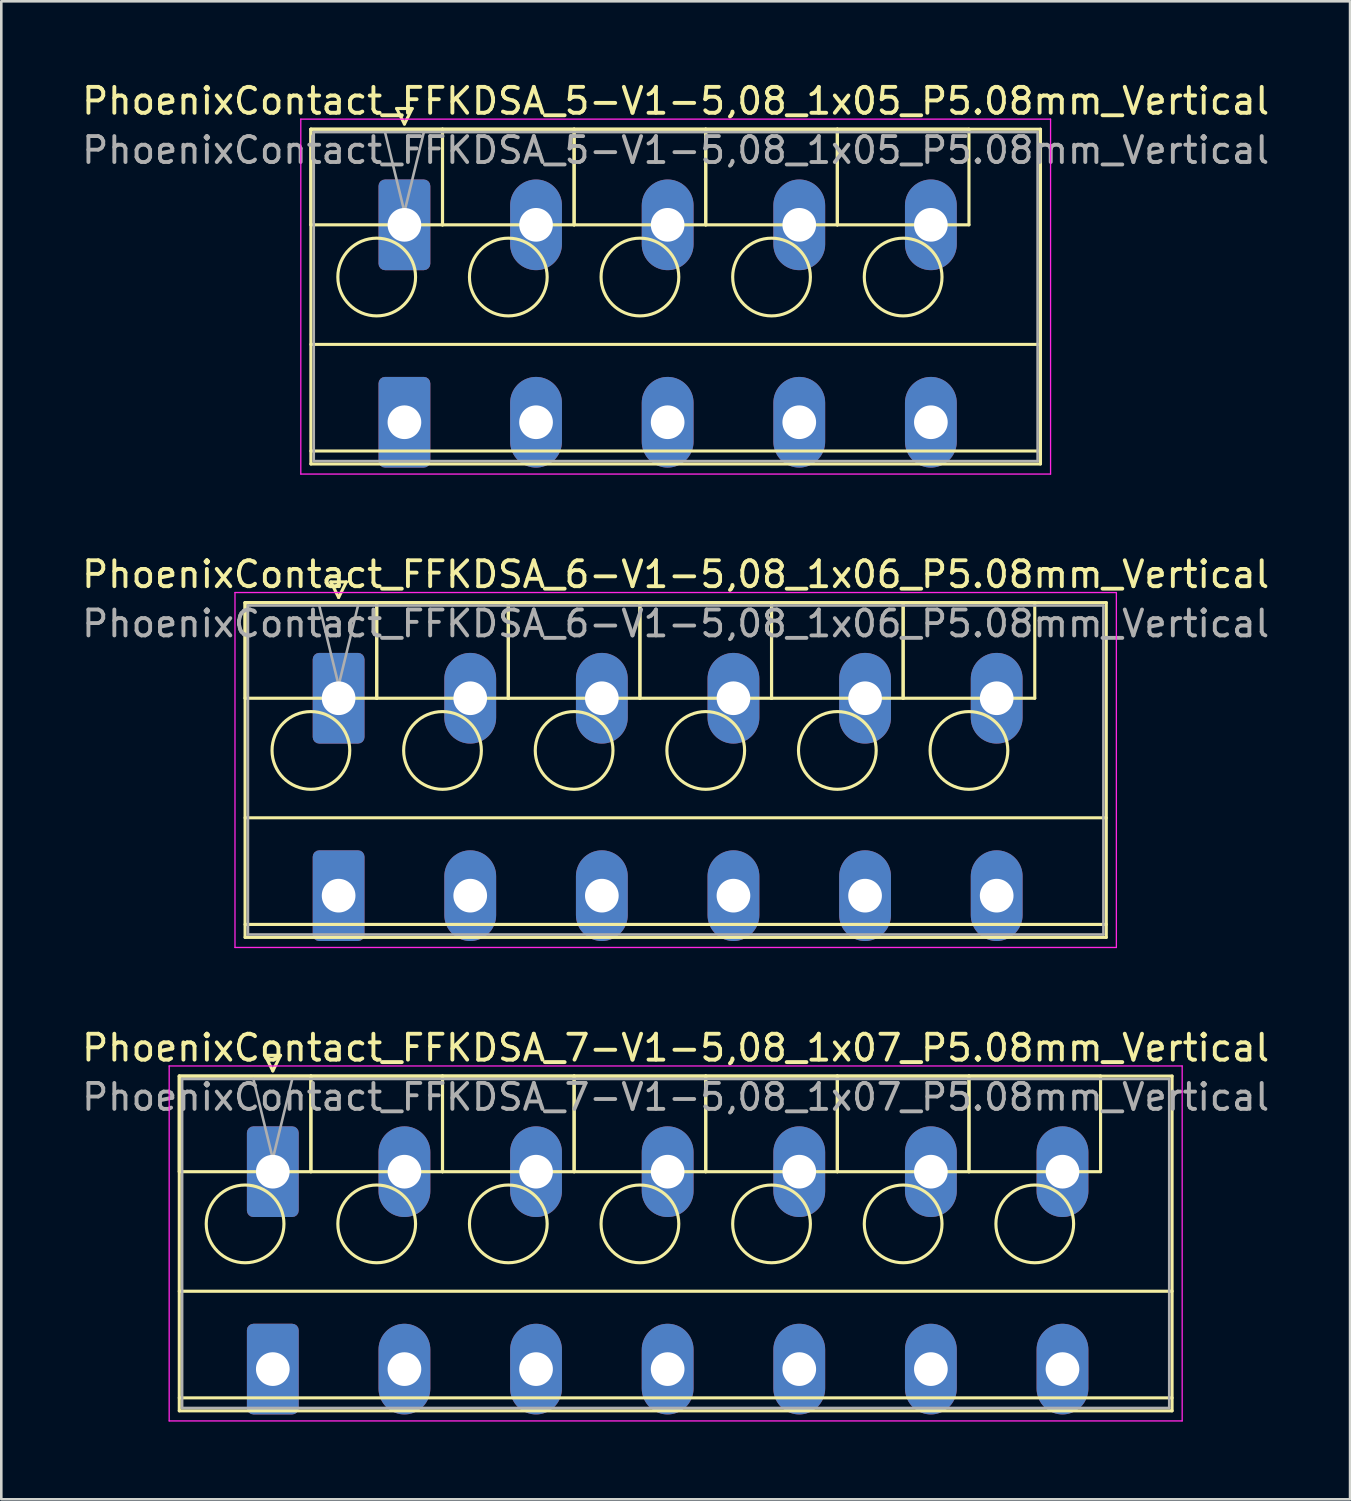
<source format=kicad_pcb>
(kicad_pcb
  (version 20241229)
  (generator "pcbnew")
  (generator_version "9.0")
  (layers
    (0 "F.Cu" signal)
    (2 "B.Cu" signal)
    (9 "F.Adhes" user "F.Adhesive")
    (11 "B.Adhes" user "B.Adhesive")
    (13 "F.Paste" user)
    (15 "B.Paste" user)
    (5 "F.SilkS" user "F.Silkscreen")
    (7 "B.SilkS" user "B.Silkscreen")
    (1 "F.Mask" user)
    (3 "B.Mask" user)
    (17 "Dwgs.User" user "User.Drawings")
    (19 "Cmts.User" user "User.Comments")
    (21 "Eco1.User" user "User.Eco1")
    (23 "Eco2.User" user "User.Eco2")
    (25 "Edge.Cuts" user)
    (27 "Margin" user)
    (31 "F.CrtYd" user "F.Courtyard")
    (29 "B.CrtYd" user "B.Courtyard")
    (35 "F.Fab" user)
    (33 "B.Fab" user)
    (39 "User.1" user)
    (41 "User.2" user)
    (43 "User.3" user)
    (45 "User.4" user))
  (footprint "PhoenixContact_FFKDSA_6-V1-5,08_1x06_P5.08mm_Vertical"
    (layer "F.Cu")
    (at 10.02 23.901)
    (property "Reference" "PhoenixContact_FFKDSA_6-V1-5,08_1x06_P5.08mm_Vertical" (at 13.01 -4.78 0) (layer "F.SilkS") (effects (font (size 1 1) (thickness 0.15))))
    (attr through_hole)
    (fp_line (start -3.61 -3.69) (end -3.61 0) (stroke (width 0.12) (type solid)) (layer "F.SilkS"))
    (fp_line (start -3.61 -3.69) (end -3.61 9.23) (stroke (width 0.12) (type solid)) (layer "F.SilkS"))
    (fp_line (start -3.61 0) (end 1.47 0) (stroke (width 0.12) (type solid)) (layer "F.SilkS"))
    (fp_line (start -3.61 4.615) (end 29.63 4.615) (stroke (width 0.12) (type solid)) (layer "F.SilkS"))
    (fp_line (start -3.61 8.73) (end 29.63 8.73) (stroke (width 0.12) (type solid)) (layer "F.SilkS"))
    (fp_line (start -3.61 9.23) (end 29.63 9.23) (stroke (width 0.12) (type solid)) (layer "F.SilkS"))
    (fp_line (start -0.3 -4.49) (end 0.3 -4.49) (stroke (width 0.12) (type solid)) (layer "F.SilkS"))
    (fp_line (start 0 -3.89) (end -0.3 -4.49) (stroke (width 0.12) (type solid)) (layer "F.SilkS"))
    (fp_line (start 0.3 -4.49) (end 0 -3.89) (stroke (width 0.12) (type solid)) (layer "F.SilkS"))
    (fp_line (start 1.47 -3.69) (end -3.61 -3.69) (stroke (width 0.12) (type solid)) (layer "F.SilkS"))
    (fp_line (start 1.47 -3.69) (end 1.47 0) (stroke (width 0.12) (type solid)) (layer "F.SilkS"))
    (fp_line (start 1.47 0) (end 1.47 -3.69) (stroke (width 0.12) (type solid)) (layer "F.SilkS"))
    (fp_line (start 1.47 0) (end 6.55 0) (stroke (width 0.12) (type solid)) (layer "F.SilkS"))
    (fp_line (start 6.55 -3.69) (end 1.47 -3.69) (stroke (width 0.12) (type solid)) (layer "F.SilkS"))
    (fp_line (start 6.55 -3.69) (end 6.55 0) (stroke (width 0.12) (type solid)) (layer "F.SilkS"))
    (fp_line (start 6.55 0) (end 6.55 -3.69) (stroke (width 0.12) (type solid)) (layer "F.SilkS"))
    (fp_line (start 6.55 0) (end 11.63 0) (stroke (width 0.12) (type solid)) (layer "F.SilkS"))
    (fp_line (start 11.63 -3.69) (end 6.55 -3.69) (stroke (width 0.12) (type solid)) (layer "F.SilkS"))
    (fp_line (start 11.63 -3.69) (end 11.63 0) (stroke (width 0.12) (type solid)) (layer "F.SilkS"))
    (fp_line (start 11.63 0) (end 11.63 -3.69) (stroke (width 0.12) (type solid)) (layer "F.SilkS"))
    (fp_line (start 11.63 0) (end 16.71 0) (stroke (width 0.12) (type solid)) (layer "F.SilkS"))
    (fp_line (start 16.71 -3.69) (end 11.63 -3.69) (stroke (width 0.12) (type solid)) (layer "F.SilkS"))
    (fp_line (start 16.71 -3.69) (end 16.71 0) (stroke (width 0.12) (type solid)) (layer "F.SilkS"))
    (fp_line (start 16.71 0) (end 16.71 -3.69) (stroke (width 0.12) (type solid)) (layer "F.SilkS"))
    (fp_line (start 16.71 0) (end 21.79 0) (stroke (width 0.12) (type solid)) (layer "F.SilkS"))
    (fp_line (start 21.79 -3.69) (end 16.71 -3.69) (stroke (width 0.12) (type solid)) (layer "F.SilkS"))
    (fp_line (start 21.79 -3.69) (end 21.79 0) (stroke (width 0.12) (type solid)) (layer "F.SilkS"))
    (fp_line (start 21.79 0) (end 21.79 -3.69) (stroke (width 0.12) (type solid)) (layer "F.SilkS"))
    (fp_line (start 21.79 0) (end 26.87 0) (stroke (width 0.12) (type solid)) (layer "F.SilkS"))
    (fp_line (start 26.87 -3.69) (end 21.79 -3.69) (stroke (width 0.12) (type solid)) (layer "F.SilkS"))
    (fp_line (start 26.87 0) (end 26.87 -3.69) (stroke (width 0.12) (type solid)) (layer "F.SilkS"))
    (fp_line (start 29.63 -3.69) (end -3.61 -3.69) (stroke (width 0.12) (type solid)) (layer "F.SilkS"))
    (fp_line (start 29.63 9.23) (end 29.63 -3.69) (stroke (width 0.12) (type solid)) (layer "F.SilkS"))
    (fp_circle (center -1.07 2.015) (end 0.43 2.015) (stroke (width 0.12) (type solid)) (fill no) (layer "F.SilkS"))
    (fp_circle (center 4.01 2.015) (end 5.51 2.015) (stroke (width 0.12) (type solid)) (fill no) (layer "F.SilkS"))
    (fp_circle (center 9.09 2.015) (end 10.59 2.015) (stroke (width 0.12) (type solid)) (fill no) (layer "F.SilkS"))
    (fp_circle (center 14.17 2.015) (end 15.67 2.015) (stroke (width 0.12) (type solid)) (fill no) (layer "F.SilkS"))
    (fp_circle (center 19.25 2.015) (end 20.75 2.015) (stroke (width 0.12) (type solid)) (fill no) (layer "F.SilkS"))
    (fp_circle (center 24.33 2.015) (end 25.83 2.015) (stroke (width 0.12) (type solid)) (fill no) (layer "F.SilkS"))
    (fp_line (start -4 -4.08) (end -4 9.62) (stroke (width 0.05) (type solid)) (layer "F.CrtYd"))
    (fp_line (start -4 9.62) (end 30.02 9.62) (stroke (width 0.05) (type solid)) (layer "F.CrtYd"))
    (fp_line (start 30.02 -4.08) (end -4 -4.08) (stroke (width 0.05) (type solid)) (layer "F.CrtYd"))
    (fp_line (start 30.02 9.62) (end 30.02 -4.08) (stroke (width 0.05) (type solid)) (layer "F.CrtYd"))
    (fp_line (start -3.5 -3.58) (end -3.5 9.12) (stroke (width 0.1) (type solid)) (layer "F.Fab"))
    (fp_line (start -3.5 9.12) (end 29.52 9.12) (stroke (width 0.1) (type solid)) (layer "F.Fab"))
    (fp_line (start 0 -0.5) (end -0.75 -3.58) (stroke (width 0.1) (type solid)) (layer "F.Fab"))
    (fp_line (start 0.75 -3.58) (end 0 -0.5) (stroke (width 0.1) (type solid)) (layer "F.Fab"))
    (fp_line (start 29.52 -3.58) (end -3.5 -3.58) (stroke (width 0.1) (type solid)) (layer "F.Fab"))
    (fp_line (start 29.52 9.12) (end 29.52 -3.58) (stroke (width 0.1) (type solid)) (layer "F.Fab"))
    (fp_text user "${REFERENCE}" (at 13.01 -2.88 0) (layer "F.Fab") (effects (font (size 1 1) (thickness 0.15))))
    (pad "1" thru_hole roundrect (at 0 0) (size 2 3.5) (drill 1.3) (layers "*.Cu" "*.Mask") (roundrect_rratio 0.125))
    (pad "1" thru_hole roundrect (at 0 7.62) (size 2 3.5) (drill 1.3) (layers "*.Cu" "*.Mask") (roundrect_rratio 0.125))
    (pad "2" thru_hole oval (at 5.08 0) (size 2 3.5) (drill 1.3) (layers "*.Cu" "*.Mask"))
    (pad "2" thru_hole oval (at 5.08 7.62) (size 2 3.5) (drill 1.3) (layers "*.Cu" "*.Mask"))
    (pad "3" thru_hole oval (at 10.16 0) (size 2 3.5) (drill 1.3) (layers "*.Cu" "*.Mask"))
    (pad "3" thru_hole oval (at 10.16 7.62) (size 2 3.5) (drill 1.3) (layers "*.Cu" "*.Mask"))
    (pad "4" thru_hole oval (at 15.24 0) (size 2 3.5) (drill 1.3) (layers "*.Cu" "*.Mask"))
    (pad "4" thru_hole oval (at 15.24 7.62) (size 2 3.5) (drill 1.3) (layers "*.Cu" "*.Mask"))
    (pad "5" thru_hole oval (at 20.32 0) (size 2 3.5) (drill 1.3) (layers "*.Cu" "*.Mask"))
    (pad "5" thru_hole oval (at 20.32 7.62) (size 2 3.5) (drill 1.3) (layers "*.Cu" "*.Mask"))
    (pad "6" thru_hole oval (at 25.4 0) (size 2 3.5) (drill 1.3) (layers "*.Cu" "*.Mask"))
    (pad "6" thru_hole oval (at 25.4 7.62) (size 2 3.5) (drill 1.3) (layers "*.Cu" "*.Mask")))
  (footprint "PhoenixContact_FFKDSA_7-V1-5,08_1x07_P5.08mm_Vertical"
    (layer "F.Cu")
    (at 7.48 42.175)
    (property "Reference" "PhoenixContact_FFKDSA_7-V1-5,08_1x07_P5.08mm_Vertical" (at 15.55 -4.78 0) (layer "F.SilkS") (effects (font (size 1 1) (thickness 0.15))))
    (attr through_hole)
    (fp_line (start -3.61 -3.69) (end -3.61 0) (stroke (width 0.12) (type solid)) (layer "F.SilkS"))
    (fp_line (start -3.61 -3.69) (end -3.61 9.23) (stroke (width 0.12) (type solid)) (layer "F.SilkS"))
    (fp_line (start -3.61 0) (end 1.47 0) (stroke (width 0.12) (type solid)) (layer "F.SilkS"))
    (fp_line (start -3.61 4.615) (end 34.71 4.615) (stroke (width 0.12) (type solid)) (layer "F.SilkS"))
    (fp_line (start -3.61 8.73) (end 34.71 8.73) (stroke (width 0.12) (type solid)) (layer "F.SilkS"))
    (fp_line (start -3.61 9.23) (end 34.71 9.23) (stroke (width 0.12) (type solid)) (layer "F.SilkS"))
    (fp_line (start -0.3 -4.49) (end 0.3 -4.49) (stroke (width 0.12) (type solid)) (layer "F.SilkS"))
    (fp_line (start 0 -3.89) (end -0.3 -4.49) (stroke (width 0.12) (type solid)) (layer "F.SilkS"))
    (fp_line (start 0.3 -4.49) (end 0 -3.89) (stroke (width 0.12) (type solid)) (layer "F.SilkS"))
    (fp_line (start 1.47 -3.69) (end -3.61 -3.69) (stroke (width 0.12) (type solid)) (layer "F.SilkS"))
    (fp_line (start 1.47 -3.69) (end 1.47 0) (stroke (width 0.12) (type solid)) (layer "F.SilkS"))
    (fp_line (start 1.47 0) (end 1.47 -3.69) (stroke (width 0.12) (type solid)) (layer "F.SilkS"))
    (fp_line (start 1.47 0) (end 6.55 0) (stroke (width 0.12) (type solid)) (layer "F.SilkS"))
    (fp_line (start 6.55 -3.69) (end 1.47 -3.69) (stroke (width 0.12) (type solid)) (layer "F.SilkS"))
    (fp_line (start 6.55 -3.69) (end 6.55 0) (stroke (width 0.12) (type solid)) (layer "F.SilkS"))
    (fp_line (start 6.55 0) (end 6.55 -3.69) (stroke (width 0.12) (type solid)) (layer "F.SilkS"))
    (fp_line (start 6.55 0) (end 11.63 0) (stroke (width 0.12) (type solid)) (layer "F.SilkS"))
    (fp_line (start 11.63 -3.69) (end 6.55 -3.69) (stroke (width 0.12) (type solid)) (layer "F.SilkS"))
    (fp_line (start 11.63 -3.69) (end 11.63 0) (stroke (width 0.12) (type solid)) (layer "F.SilkS"))
    (fp_line (start 11.63 0) (end 11.63 -3.69) (stroke (width 0.12) (type solid)) (layer "F.SilkS"))
    (fp_line (start 11.63 0) (end 16.71 0) (stroke (width 0.12) (type solid)) (layer "F.SilkS"))
    (fp_line (start 16.71 -3.69) (end 11.63 -3.69) (stroke (width 0.12) (type solid)) (layer "F.SilkS"))
    (fp_line (start 16.71 -3.69) (end 16.71 0) (stroke (width 0.12) (type solid)) (layer "F.SilkS"))
    (fp_line (start 16.71 0) (end 16.71 -3.69) (stroke (width 0.12) (type solid)) (layer "F.SilkS"))
    (fp_line (start 16.71 0) (end 21.79 0) (stroke (width 0.12) (type solid)) (layer "F.SilkS"))
    (fp_line (start 21.79 -3.69) (end 16.71 -3.69) (stroke (width 0.12) (type solid)) (layer "F.SilkS"))
    (fp_line (start 21.79 -3.69) (end 21.79 0) (stroke (width 0.12) (type solid)) (layer "F.SilkS"))
    (fp_line (start 21.79 0) (end 21.79 -3.69) (stroke (width 0.12) (type solid)) (layer "F.SilkS"))
    (fp_line (start 21.79 0) (end 26.87 0) (stroke (width 0.12) (type solid)) (layer "F.SilkS"))
    (fp_line (start 26.87 -3.69) (end 21.79 -3.69) (stroke (width 0.12) (type solid)) (layer "F.SilkS"))
    (fp_line (start 26.87 -3.69) (end 26.87 0) (stroke (width 0.12) (type solid)) (layer "F.SilkS"))
    (fp_line (start 26.87 0) (end 26.87 -3.69) (stroke (width 0.12) (type solid)) (layer "F.SilkS"))
    (fp_line (start 26.87 0) (end 31.95 0) (stroke (width 0.12) (type solid)) (layer "F.SilkS"))
    (fp_line (start 31.95 -3.69) (end 26.87 -3.69) (stroke (width 0.12) (type solid)) (layer "F.SilkS"))
    (fp_line (start 31.95 0) (end 31.95 -3.69) (stroke (width 0.12) (type solid)) (layer "F.SilkS"))
    (fp_line (start 34.71 -3.69) (end -3.61 -3.69) (stroke (width 0.12) (type solid)) (layer "F.SilkS"))
    (fp_line (start 34.71 9.23) (end 34.71 -3.69) (stroke (width 0.12) (type solid)) (layer "F.SilkS"))
    (fp_circle (center -1.07 2.015) (end 0.43 2.015) (stroke (width 0.12) (type solid)) (fill no) (layer "F.SilkS"))
    (fp_circle (center 4.01 2.015) (end 5.51 2.015) (stroke (width 0.12) (type solid)) (fill no) (layer "F.SilkS"))
    (fp_circle (center 9.09 2.015) (end 10.59 2.015) (stroke (width 0.12) (type solid)) (fill no) (layer "F.SilkS"))
    (fp_circle (center 14.17 2.015) (end 15.67 2.015) (stroke (width 0.12) (type solid)) (fill no) (layer "F.SilkS"))
    (fp_circle (center 19.25 2.015) (end 20.75 2.015) (stroke (width 0.12) (type solid)) (fill no) (layer "F.SilkS"))
    (fp_circle (center 24.33 2.015) (end 25.83 2.015) (stroke (width 0.12) (type solid)) (fill no) (layer "F.SilkS"))
    (fp_circle (center 29.41 2.015) (end 30.91 2.015) (stroke (width 0.12) (type solid)) (fill no) (layer "F.SilkS"))
    (fp_line (start -4 -4.08) (end -4 9.62) (stroke (width 0.05) (type solid)) (layer "F.CrtYd"))
    (fp_line (start -4 9.62) (end 35.1 9.62) (stroke (width 0.05) (type solid)) (layer "F.CrtYd"))
    (fp_line (start 35.1 -4.08) (end -4 -4.08) (stroke (width 0.05) (type solid)) (layer "F.CrtYd"))
    (fp_line (start 35.1 9.62) (end 35.1 -4.08) (stroke (width 0.05) (type solid)) (layer "F.CrtYd"))
    (fp_line (start -3.5 -3.58) (end -3.5 9.12) (stroke (width 0.1) (type solid)) (layer "F.Fab"))
    (fp_line (start -3.5 9.12) (end 34.6 9.12) (stroke (width 0.1) (type solid)) (layer "F.Fab"))
    (fp_line (start 0 -0.5) (end -0.75 -3.58) (stroke (width 0.1) (type solid)) (layer "F.Fab"))
    (fp_line (start 0.75 -3.58) (end 0 -0.5) (stroke (width 0.1) (type solid)) (layer "F.Fab"))
    (fp_line (start 34.6 -3.58) (end -3.5 -3.58) (stroke (width 0.1) (type solid)) (layer "F.Fab"))
    (fp_line (start 34.6 9.12) (end 34.6 -3.58) (stroke (width 0.1) (type solid)) (layer "F.Fab"))
    (fp_text user "${REFERENCE}" (at 15.55 -2.88 0) (layer "F.Fab") (effects (font (size 1 1) (thickness 0.15))))
    (pad "1" thru_hole roundrect (at 0 0) (size 2 3.5) (drill 1.3) (layers "*.Cu" "*.Mask") (roundrect_rratio 0.125))
    (pad "1" thru_hole roundrect (at 0 7.62) (size 2 3.5) (drill 1.3) (layers "*.Cu" "*.Mask") (roundrect_rratio 0.125))
    (pad "2" thru_hole oval (at 5.08 0) (size 2 3.5) (drill 1.3) (layers "*.Cu" "*.Mask"))
    (pad "2" thru_hole oval (at 5.08 7.62) (size 2 3.5) (drill 1.3) (layers "*.Cu" "*.Mask"))
    (pad "3" thru_hole oval (at 10.16 0) (size 2 3.5) (drill 1.3) (layers "*.Cu" "*.Mask"))
    (pad "3" thru_hole oval (at 10.16 7.62) (size 2 3.5) (drill 1.3) (layers "*.Cu" "*.Mask"))
    (pad "4" thru_hole oval (at 15.24 0) (size 2 3.5) (drill 1.3) (layers "*.Cu" "*.Mask"))
    (pad "4" thru_hole oval (at 15.24 7.62) (size 2 3.5) (drill 1.3) (layers "*.Cu" "*.Mask"))
    (pad "5" thru_hole oval (at 20.32 0) (size 2 3.5) (drill 1.3) (layers "*.Cu" "*.Mask"))
    (pad "5" thru_hole oval (at 20.32 7.62) (size 2 3.5) (drill 1.3) (layers "*.Cu" "*.Mask"))
    (pad "6" thru_hole oval (at 25.4 0) (size 2 3.5) (drill 1.3) (layers "*.Cu" "*.Mask"))
    (pad "6" thru_hole oval (at 25.4 7.62) (size 2 3.5) (drill 1.3) (layers "*.Cu" "*.Mask"))
    (pad "7" thru_hole oval (at 30.48 0) (size 2 3.5) (drill 1.3) (layers "*.Cu" "*.Mask"))
    (pad "7" thru_hole oval (at 30.48 7.62) (size 2 3.5) (drill 1.3) (layers "*.Cu" "*.Mask")))
  (footprint "PhoenixContact_FFKDSA_5-V1-5,08_1x05_P5.08mm_Vertical"
    (layer "F.Cu")
    (at 12.56 5.628)
    (property "Reference" "PhoenixContact_FFKDSA_5-V1-5,08_1x05_P5.08mm_Vertical" (at 10.47 -4.78 0) (layer "F.SilkS") (effects (font (size 1 1) (thickness 0.15))))
    (attr through_hole)
    (fp_line (start -3.61 -3.69) (end -3.61 0) (stroke (width 0.12) (type solid)) (layer "F.SilkS"))
    (fp_line (start -3.61 -3.69) (end -3.61 9.23) (stroke (width 0.12) (type solid)) (layer "F.SilkS"))
    (fp_line (start -3.61 0) (end 1.47 0) (stroke (width 0.12) (type solid)) (layer "F.SilkS"))
    (fp_line (start -3.61 4.615) (end 24.55 4.615) (stroke (width 0.12) (type solid)) (layer "F.SilkS"))
    (fp_line (start -3.61 8.73) (end 24.55 8.73) (stroke (width 0.12) (type solid)) (layer "F.SilkS"))
    (fp_line (start -3.61 9.23) (end 24.55 9.23) (stroke (width 0.12) (type solid)) (layer "F.SilkS"))
    (fp_line (start -0.3 -4.49) (end 0.3 -4.49) (stroke (width 0.12) (type solid)) (layer "F.SilkS"))
    (fp_line (start 0 -3.89) (end -0.3 -4.49) (stroke (width 0.12) (type solid)) (layer "F.SilkS"))
    (fp_line (start 0.3 -4.49) (end 0 -3.89) (stroke (width 0.12) (type solid)) (layer "F.SilkS"))
    (fp_line (start 1.47 -3.69) (end -3.61 -3.69) (stroke (width 0.12) (type solid)) (layer "F.SilkS"))
    (fp_line (start 1.47 -3.69) (end 1.47 0) (stroke (width 0.12) (type solid)) (layer "F.SilkS"))
    (fp_line (start 1.47 0) (end 1.47 -3.69) (stroke (width 0.12) (type solid)) (layer "F.SilkS"))
    (fp_line (start 1.47 0) (end 6.55 0) (stroke (width 0.12) (type solid)) (layer "F.SilkS"))
    (fp_line (start 6.55 -3.69) (end 1.47 -3.69) (stroke (width 0.12) (type solid)) (layer "F.SilkS"))
    (fp_line (start 6.55 -3.69) (end 6.55 0) (stroke (width 0.12) (type solid)) (layer "F.SilkS"))
    (fp_line (start 6.55 0) (end 6.55 -3.69) (stroke (width 0.12) (type solid)) (layer "F.SilkS"))
    (fp_line (start 6.55 0) (end 11.63 0) (stroke (width 0.12) (type solid)) (layer "F.SilkS"))
    (fp_line (start 11.63 -3.69) (end 6.55 -3.69) (stroke (width 0.12) (type solid)) (layer "F.SilkS"))
    (fp_line (start 11.63 -3.69) (end 11.63 0) (stroke (width 0.12) (type solid)) (layer "F.SilkS"))
    (fp_line (start 11.63 0) (end 11.63 -3.69) (stroke (width 0.12) (type solid)) (layer "F.SilkS"))
    (fp_line (start 11.63 0) (end 16.71 0) (stroke (width 0.12) (type solid)) (layer "F.SilkS"))
    (fp_line (start 16.71 -3.69) (end 11.63 -3.69) (stroke (width 0.12) (type solid)) (layer "F.SilkS"))
    (fp_line (start 16.71 -3.69) (end 16.71 0) (stroke (width 0.12) (type solid)) (layer "F.SilkS"))
    (fp_line (start 16.71 0) (end 16.71 -3.69) (stroke (width 0.12) (type solid)) (layer "F.SilkS"))
    (fp_line (start 16.71 0) (end 21.79 0) (stroke (width 0.12) (type solid)) (layer "F.SilkS"))
    (fp_line (start 21.79 -3.69) (end 16.71 -3.69) (stroke (width 0.12) (type solid)) (layer "F.SilkS"))
    (fp_line (start 21.79 0) (end 21.79 -3.69) (stroke (width 0.12) (type solid)) (layer "F.SilkS"))
    (fp_line (start 24.55 -3.69) (end -3.61 -3.69) (stroke (width 0.12) (type solid)) (layer "F.SilkS"))
    (fp_line (start 24.55 9.23) (end 24.55 -3.69) (stroke (width 0.12) (type solid)) (layer "F.SilkS"))
    (fp_circle (center -1.07 2.015) (end 0.43 2.015) (stroke (width 0.12) (type solid)) (fill no) (layer "F.SilkS"))
    (fp_circle (center 4.01 2.015) (end 5.51 2.015) (stroke (width 0.12) (type solid)) (fill no) (layer "F.SilkS"))
    (fp_circle (center 9.09 2.015) (end 10.59 2.015) (stroke (width 0.12) (type solid)) (fill no) (layer "F.SilkS"))
    (fp_circle (center 14.17 2.015) (end 15.67 2.015) (stroke (width 0.12) (type solid)) (fill no) (layer "F.SilkS"))
    (fp_circle (center 19.25 2.015) (end 20.75 2.015) (stroke (width 0.12) (type solid)) (fill no) (layer "F.SilkS"))
    (fp_line (start -4 -4.08) (end -4 9.62) (stroke (width 0.05) (type solid)) (layer "F.CrtYd"))
    (fp_line (start -4 9.62) (end 24.94 9.62) (stroke (width 0.05) (type solid)) (layer "F.CrtYd"))
    (fp_line (start 24.94 -4.08) (end -4 -4.08) (stroke (width 0.05) (type solid)) (layer "F.CrtYd"))
    (fp_line (start 24.94 9.62) (end 24.94 -4.08) (stroke (width 0.05) (type solid)) (layer "F.CrtYd"))
    (fp_line (start -3.5 -3.58) (end -3.5 9.12) (stroke (width 0.1) (type solid)) (layer "F.Fab"))
    (fp_line (start -3.5 9.12) (end 24.44 9.12) (stroke (width 0.1) (type solid)) (layer "F.Fab"))
    (fp_line (start 0 -0.5) (end -0.75 -3.58) (stroke (width 0.1) (type solid)) (layer "F.Fab"))
    (fp_line (start 0.75 -3.58) (end 0 -0.5) (stroke (width 0.1) (type solid)) (layer "F.Fab"))
    (fp_line (start 24.44 -3.58) (end -3.5 -3.58) (stroke (width 0.1) (type solid)) (layer "F.Fab"))
    (fp_line (start 24.44 9.12) (end 24.44 -3.58) (stroke (width 0.1) (type solid)) (layer "F.Fab"))
    (fp_text user "${REFERENCE}" (at 10.47 -2.88 0) (layer "F.Fab") (effects (font (size 1 1) (thickness 0.15))))
    (pad "1" thru_hole roundrect (at 0 0) (size 2 3.5) (drill 1.3) (layers "*.Cu" "*.Mask") (roundrect_rratio 0.125))
    (pad "1" thru_hole roundrect (at 0 7.62) (size 2 3.5) (drill 1.3) (layers "*.Cu" "*.Mask") (roundrect_rratio 0.125))
    (pad "2" thru_hole oval (at 5.08 0) (size 2 3.5) (drill 1.3) (layers "*.Cu" "*.Mask"))
    (pad "2" thru_hole oval (at 5.08 7.62) (size 2 3.5) (drill 1.3) (layers "*.Cu" "*.Mask"))
    (pad "3" thru_hole oval (at 10.16 0) (size 2 3.5) (drill 1.3) (layers "*.Cu" "*.Mask"))
    (pad "3" thru_hole oval (at 10.16 7.62) (size 2 3.5) (drill 1.3) (layers "*.Cu" "*.Mask"))
    (pad "4" thru_hole oval (at 15.24 0) (size 2 3.5) (drill 1.3) (layers "*.Cu" "*.Mask"))
    (pad "4" thru_hole oval (at 15.24 7.62) (size 2 3.5) (drill 1.3) (layers "*.Cu" "*.Mask"))
    (pad "5" thru_hole oval (at 20.32 0) (size 2 3.5) (drill 1.3) (layers "*.Cu" "*.Mask"))
    (pad "5" thru_hole oval (at 20.32 7.62) (size 2 3.5) (drill 1.3) (layers "*.Cu" "*.Mask")))
  (gr_rect
    (start -3 -3)
    (end 49.06 54.82)
    (stroke (width 0.1) (type default))
    (fill no)
    (layer "Edge.Cuts")))
</source>
